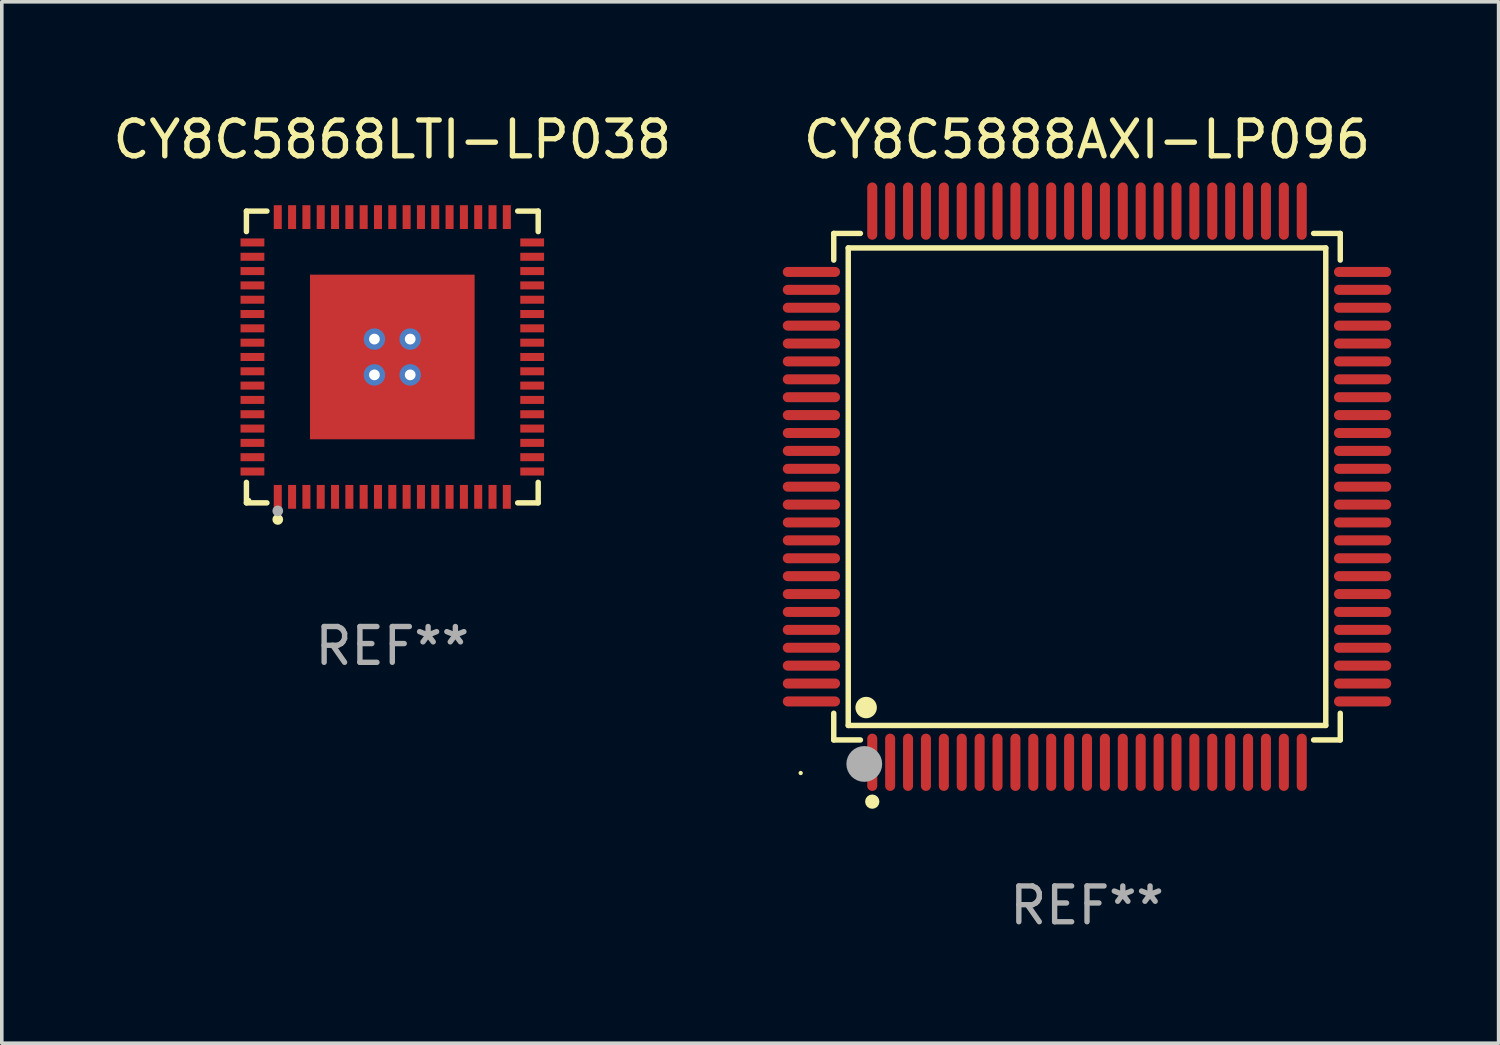
<source format=kicad_pcb>
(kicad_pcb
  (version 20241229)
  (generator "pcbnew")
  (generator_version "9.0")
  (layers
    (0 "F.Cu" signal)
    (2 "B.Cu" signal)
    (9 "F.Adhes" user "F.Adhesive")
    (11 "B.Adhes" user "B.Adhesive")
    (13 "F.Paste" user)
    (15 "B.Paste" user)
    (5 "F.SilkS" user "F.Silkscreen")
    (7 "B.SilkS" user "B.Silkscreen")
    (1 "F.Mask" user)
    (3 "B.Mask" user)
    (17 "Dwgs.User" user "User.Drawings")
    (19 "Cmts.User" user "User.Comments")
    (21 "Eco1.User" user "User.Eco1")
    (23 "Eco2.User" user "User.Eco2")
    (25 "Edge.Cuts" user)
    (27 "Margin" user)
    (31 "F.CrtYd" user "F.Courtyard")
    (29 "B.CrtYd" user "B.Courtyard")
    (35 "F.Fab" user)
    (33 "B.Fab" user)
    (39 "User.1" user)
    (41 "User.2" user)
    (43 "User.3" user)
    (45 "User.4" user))
  (footprint "CY8C5888AXI-LP096"
    (layer "F.Cu")
    (at 27.321 10.548)
    (property "Reference" "CY8C5888AXI-LP096" (at 0 -9.7 0) (layer "F.SilkS") (effects (font (size 1 1) (thickness 0.15))))
    (attr through_hole)
    (fp_line (start -7.076 -7.076) (end -6.331 -7.076) (stroke (width 0.152) (type solid)) (layer "F.SilkS"))
    (fp_line (start -7.076 -6.331) (end -7.076 -7.076) (stroke (width 0.152) (type solid)) (layer "F.SilkS"))
    (fp_line (start -7.076 6.331) (end -7.076 7.076) (stroke (width 0.152) (type solid)) (layer "F.SilkS"))
    (fp_line (start -7.076 7.076) (end -6.331 7.076) (stroke (width 0.152) (type solid)) (layer "F.SilkS"))
    (fp_line (start -6.671 -6.671) (end 6.671 -6.671) (stroke (width 0.152) (type solid)) (layer "F.SilkS"))
    (fp_line (start -6.671 6.671) (end -6.671 -6.671) (stroke (width 0.152) (type solid)) (layer "F.SilkS"))
    (fp_line (start 6.671 -6.671) (end 6.671 6.671) (stroke (width 0.152) (type solid)) (layer "F.SilkS"))
    (fp_line (start 6.671 6.671) (end -6.671 6.671) (stroke (width 0.152) (type solid)) (layer "F.SilkS"))
    (fp_line (start 7.076 -7.076) (end 6.331 -7.076) (stroke (width 0.152) (type solid)) (layer "F.SilkS"))
    (fp_line (start 7.076 -6.331) (end 7.076 -7.076) (stroke (width 0.152) (type solid)) (layer "F.SilkS"))
    (fp_line (start 7.076 6.331) (end 7.076 7.076) (stroke (width 0.152) (type solid)) (layer "F.SilkS"))
    (fp_line (start 7.076 7.076) (end 6.331 7.076) (stroke (width 0.152) (type solid)) (layer "F.SilkS"))
    (fp_circle (center -8 8) (end -7.97 8) (stroke (width 0.06) (type solid)) (fill no) (layer "F.SilkS"))
    (fp_circle (center -6.171 6.171) (end -6.021 6.171) (stroke (width 0.3) (type solid)) (fill no) (layer "F.SilkS"))
    (fp_circle (center -6 8.8) (end -5.9 8.8) (stroke (width 0.2) (type solid)) (fill no) (layer "F.SilkS"))
    (fp_circle (center -6.223 7.747) (end -5.973 7.747) (stroke (width 0.5) (type solid)) (fill no) (layer "F.Fab"))
    (fp_text user "REF**" (at 0 11.7 0) (layer "F.Fab") (effects (font (size 1 1) (thickness 0.15))))
    (pad "1" smd oval (at -6 7.7) (size 0.28 1.6) (layers "F.Cu" "F.Mask" "F.Paste"))
    (pad "2" smd oval (at -5.5 7.7) (size 0.28 1.6) (layers "F.Cu" "F.Mask" "F.Paste"))
    (pad "3" smd oval (at -5 7.7) (size 0.28 1.6) (layers "F.Cu" "F.Mask" "F.Paste"))
    (pad "4" smd oval (at -4.5 7.7) (size 0.28 1.6) (layers "F.Cu" "F.Mask" "F.Paste"))
    (pad "5" smd oval (at -4 7.7) (size 0.28 1.6) (layers "F.Cu" "F.Mask" "F.Paste"))
    (pad "6" smd oval (at -3.5 7.7) (size 0.28 1.6) (layers "F.Cu" "F.Mask" "F.Paste"))
    (pad "7" smd oval (at -3 7.7) (size 0.28 1.6) (layers "F.Cu" "F.Mask" "F.Paste"))
    (pad "8" smd oval (at -2.5 7.7) (size 0.28 1.6) (layers "F.Cu" "F.Mask" "F.Paste"))
    (pad "9" smd oval (at -2 7.7) (size 0.28 1.6) (layers "F.Cu" "F.Mask" "F.Paste"))
    (pad "10" smd oval (at -1.5 7.7) (size 0.28 1.6) (layers "F.Cu" "F.Mask" "F.Paste"))
    (pad "11" smd oval (at -1 7.7) (size 0.28 1.6) (layers "F.Cu" "F.Mask" "F.Paste"))
    (pad "12" smd oval (at -0.5 7.7) (size 0.28 1.6) (layers "F.Cu" "F.Mask" "F.Paste"))
    (pad "13" smd oval (at 0 7.7) (size 0.28 1.6) (layers "F.Cu" "F.Mask" "F.Paste"))
    (pad "14" smd oval (at 0.5 7.7) (size 0.28 1.6) (layers "F.Cu" "F.Mask" "F.Paste"))
    (pad "15" smd oval (at 1 7.7) (size 0.28 1.6) (layers "F.Cu" "F.Mask" "F.Paste"))
    (pad "16" smd oval (at 1.5 7.7) (size 0.28 1.6) (layers "F.Cu" "F.Mask" "F.Paste"))
    (pad "17" smd oval (at 2 7.7) (size 0.28 1.6) (layers "F.Cu" "F.Mask" "F.Paste"))
    (pad "18" smd oval (at 2.5 7.7) (size 0.28 1.6) (layers "F.Cu" "F.Mask" "F.Paste"))
    (pad "19" smd oval (at 3 7.7) (size 0.28 1.6) (layers "F.Cu" "F.Mask" "F.Paste"))
    (pad "20" smd oval (at 3.5 7.7) (size 0.28 1.6) (layers "F.Cu" "F.Mask" "F.Paste"))
    (pad "21" smd oval (at 4 7.7) (size 0.28 1.6) (layers "F.Cu" "F.Mask" "F.Paste"))
    (pad "22" smd oval (at 4.5 7.7) (size 0.28 1.6) (layers "F.Cu" "F.Mask" "F.Paste"))
    (pad "23" smd oval (at 5 7.7) (size 0.28 1.6) (layers "F.Cu" "F.Mask" "F.Paste"))
    (pad "24" smd oval (at 5.5 7.7) (size 0.28 1.6) (layers "F.Cu" "F.Mask" "F.Paste"))
    (pad "25" smd oval (at 6 7.7) (size 0.28 1.6) (layers "F.Cu" "F.Mask" "F.Paste"))
    (pad "26" smd oval (at 7.7 6) (size 1.6 0.28) (layers "F.Cu" "F.Mask" "F.Paste"))
    (pad "27" smd oval (at 7.7 5.5) (size 1.6 0.28) (layers "F.Cu" "F.Mask" "F.Paste"))
    (pad "28" smd oval (at 7.7 5) (size 1.6 0.28) (layers "F.Cu" "F.Mask" "F.Paste"))
    (pad "29" smd oval (at 7.7 4.5) (size 1.6 0.28) (layers "F.Cu" "F.Mask" "F.Paste"))
    (pad "30" smd oval (at 7.7 4) (size 1.6 0.28) (layers "F.Cu" "F.Mask" "F.Paste"))
    (pad "31" smd oval (at 7.7 3.5) (size 1.6 0.28) (layers "F.Cu" "F.Mask" "F.Paste"))
    (pad "32" smd oval (at 7.7 3) (size 1.6 0.28) (layers "F.Cu" "F.Mask" "F.Paste"))
    (pad "33" smd oval (at 7.7 2.5) (size 1.6 0.28) (layers "F.Cu" "F.Mask" "F.Paste"))
    (pad "34" smd oval (at 7.7 2) (size 1.6 0.28) (layers "F.Cu" "F.Mask" "F.Paste"))
    (pad "35" smd oval (at 7.7 1.5) (size 1.6 0.28) (layers "F.Cu" "F.Mask" "F.Paste"))
    (pad "36" smd oval (at 7.7 1) (size 1.6 0.28) (layers "F.Cu" "F.Mask" "F.Paste"))
    (pad "37" smd oval (at 7.7 0.5) (size 1.6 0.28) (layers "F.Cu" "F.Mask" "F.Paste"))
    (pad "38" smd oval (at 7.7 0) (size 1.6 0.28) (layers "F.Cu" "F.Mask" "F.Paste"))
    (pad "39" smd oval (at 7.7 -0.5) (size 1.6 0.28) (layers "F.Cu" "F.Mask" "F.Paste"))
    (pad "40" smd oval (at 7.7 -1) (size 1.6 0.28) (layers "F.Cu" "F.Mask" "F.Paste"))
    (pad "41" smd oval (at 7.7 -1.5) (size 1.6 0.28) (layers "F.Cu" "F.Mask" "F.Paste"))
    (pad "42" smd oval (at 7.7 -2) (size 1.6 0.28) (layers "F.Cu" "F.Mask" "F.Paste"))
    (pad "43" smd oval (at 7.7 -2.5) (size 1.6 0.28) (layers "F.Cu" "F.Mask" "F.Paste"))
    (pad "44" smd oval (at 7.7 -3) (size 1.6 0.28) (layers "F.Cu" "F.Mask" "F.Paste"))
    (pad "45" smd oval (at 7.7 -3.5) (size 1.6 0.28) (layers "F.Cu" "F.Mask" "F.Paste"))
    (pad "46" smd oval (at 7.7 -4) (size 1.6 0.28) (layers "F.Cu" "F.Mask" "F.Paste"))
    (pad "47" smd oval (at 7.7 -4.5) (size 1.6 0.28) (layers "F.Cu" "F.Mask" "F.Paste"))
    (pad "48" smd oval (at 7.7 -5) (size 1.6 0.28) (layers "F.Cu" "F.Mask" "F.Paste"))
    (pad "49" smd oval (at 7.7 -5.5) (size 1.6 0.28) (layers "F.Cu" "F.Mask" "F.Paste"))
    (pad "50" smd oval (at 7.7 -6) (size 1.6 0.28) (layers "F.Cu" "F.Mask" "F.Paste"))
    (pad "51" smd oval (at 6 -7.7) (size 0.28 1.6) (layers "F.Cu" "F.Mask" "F.Paste"))
    (pad "52" smd oval (at 5.5 -7.7) (size 0.28 1.6) (layers "F.Cu" "F.Mask" "F.Paste"))
    (pad "53" smd oval (at 5 -7.7) (size 0.28 1.6) (layers "F.Cu" "F.Mask" "F.Paste"))
    (pad "54" smd oval (at 4.5 -7.7) (size 0.28 1.6) (layers "F.Cu" "F.Mask" "F.Paste"))
    (pad "55" smd oval (at 4 -7.7) (size 0.28 1.6) (layers "F.Cu" "F.Mask" "F.Paste"))
    (pad "56" smd oval (at 3.5 -7.7) (size 0.28 1.6) (layers "F.Cu" "F.Mask" "F.Paste"))
    (pad "57" smd oval (at 3 -7.7) (size 0.28 1.6) (layers "F.Cu" "F.Mask" "F.Paste"))
    (pad "58" smd oval (at 2.5 -7.7) (size 0.28 1.6) (layers "F.Cu" "F.Mask" "F.Paste"))
    (pad "59" smd oval (at 2 -7.7) (size 0.28 1.6) (layers "F.Cu" "F.Mask" "F.Paste"))
    (pad "60" smd oval (at 1.5 -7.7) (size 0.28 1.6) (layers "F.Cu" "F.Mask" "F.Paste"))
    (pad "61" smd oval (at 1 -7.7) (size 0.28 1.6) (layers "F.Cu" "F.Mask" "F.Paste"))
    (pad "62" smd oval (at 0.5 -7.7) (size 0.28 1.6) (layers "F.Cu" "F.Mask" "F.Paste"))
    (pad "63" smd oval (at 0 -7.7) (size 0.28 1.6) (layers "F.Cu" "F.Mask" "F.Paste"))
    (pad "64" smd oval (at -0.5 -7.7) (size 0.28 1.6) (layers "F.Cu" "F.Mask" "F.Paste"))
    (pad "65" smd oval (at -1 -7.7) (size 0.28 1.6) (layers "F.Cu" "F.Mask" "F.Paste"))
    (pad "66" smd oval (at -1.5 -7.7) (size 0.28 1.6) (layers "F.Cu" "F.Mask" "F.Paste"))
    (pad "67" smd oval (at -2 -7.7) (size 0.28 1.6) (layers "F.Cu" "F.Mask" "F.Paste"))
    (pad "68" smd oval (at -2.5 -7.7) (size 0.28 1.6) (layers "F.Cu" "F.Mask" "F.Paste"))
    (pad "69" smd oval (at -3 -7.7) (size 0.28 1.6) (layers "F.Cu" "F.Mask" "F.Paste"))
    (pad "70" smd oval (at -3.5 -7.7) (size 0.28 1.6) (layers "F.Cu" "F.Mask" "F.Paste"))
    (pad "71" smd oval (at -4 -7.7) (size 0.28 1.6) (layers "F.Cu" "F.Mask" "F.Paste"))
    (pad "72" smd oval (at -4.5 -7.7) (size 0.28 1.6) (layers "F.Cu" "F.Mask" "F.Paste"))
    (pad "73" smd oval (at -5 -7.7) (size 0.28 1.6) (layers "F.Cu" "F.Mask" "F.Paste"))
    (pad "74" smd oval (at -5.5 -7.7) (size 0.28 1.6) (layers "F.Cu" "F.Mask" "F.Paste"))
    (pad "75" smd oval (at -6 -7.7) (size 0.28 1.6) (layers "F.Cu" "F.Mask" "F.Paste"))
    (pad "76" smd oval (at -7.7 -6) (size 1.6 0.28) (layers "F.Cu" "F.Mask" "F.Paste"))
    (pad "77" smd oval (at -7.7 -5.5) (size 1.6 0.28) (layers "F.Cu" "F.Mask" "F.Paste"))
    (pad "78" smd oval (at -7.7 -5) (size 1.6 0.28) (layers "F.Cu" "F.Mask" "F.Paste"))
    (pad "79" smd oval (at -7.7 -4.5) (size 1.6 0.28) (layers "F.Cu" "F.Mask" "F.Paste"))
    (pad "80" smd oval (at -7.7 -4) (size 1.6 0.28) (layers "F.Cu" "F.Mask" "F.Paste"))
    (pad "81" smd oval (at -7.7 -3.5) (size 1.6 0.28) (layers "F.Cu" "F.Mask" "F.Paste"))
    (pad "82" smd oval (at -7.7 -3) (size 1.6 0.28) (layers "F.Cu" "F.Mask" "F.Paste"))
    (pad "83" smd oval (at -7.7 -2.5) (size 1.6 0.28) (layers "F.Cu" "F.Mask" "F.Paste"))
    (pad "84" smd oval (at -7.7 -2) (size 1.6 0.28) (layers "F.Cu" "F.Mask" "F.Paste"))
    (pad "85" smd oval (at -7.7 -1.5) (size 1.6 0.28) (layers "F.Cu" "F.Mask" "F.Paste"))
    (pad "86" smd oval (at -7.7 -1) (size 1.6 0.28) (layers "F.Cu" "F.Mask" "F.Paste"))
    (pad "87" smd oval (at -7.7 -0.5) (size 1.6 0.28) (layers "F.Cu" "F.Mask" "F.Paste"))
    (pad "88" smd oval (at -7.7 0) (size 1.6 0.28) (layers "F.Cu" "F.Mask" "F.Paste"))
    (pad "89" smd oval (at -7.7 0.5) (size 1.6 0.28) (layers "F.Cu" "F.Mask" "F.Paste"))
    (pad "90" smd oval (at -7.7 1) (size 1.6 0.28) (layers "F.Cu" "F.Mask" "F.Paste"))
    (pad "91" smd oval (at -7.7 1.5) (size 1.6 0.28) (layers "F.Cu" "F.Mask" "F.Paste"))
    (pad "92" smd oval (at -7.7 2) (size 1.6 0.28) (layers "F.Cu" "F.Mask" "F.Paste"))
    (pad "93" smd oval (at -7.7 2.5) (size 1.6 0.28) (layers "F.Cu" "F.Mask" "F.Paste"))
    (pad "94" smd oval (at -7.7 3) (size 1.6 0.28) (layers "F.Cu" "F.Mask" "F.Paste"))
    (pad "95" smd oval (at -7.7 3.5) (size 1.6 0.28) (layers "F.Cu" "F.Mask" "F.Paste"))
    (pad "96" smd oval (at -7.7 4) (size 1.6 0.28) (layers "F.Cu" "F.Mask" "F.Paste"))
    (pad "97" smd oval (at -7.7 4.5) (size 1.6 0.28) (layers "F.Cu" "F.Mask" "F.Paste"))
    (pad "98" smd oval (at -7.7 5) (size 1.6 0.28) (layers "F.Cu" "F.Mask" "F.Paste"))
    (pad "99" smd oval (at -7.7 5.5) (size 1.6 0.28) (layers "F.Cu" "F.Mask" "F.Paste"))
    (pad "100" smd oval (at -7.7 6) (size 1.6 0.28) (layers "F.Cu" "F.Mask" "F.Paste")))
  (footprint "CY8C5868LTI-LP038"
    (layer "F.Cu")
    (at 7.911 6.924)
    (property "Reference" "CY8C5868LTI-LP038" (at 0 -6.076 0) (layer "F.SilkS") (effects (font (size 1 1) (thickness 0.15))))
    (attr through_hole)
    (fp_line (start -4.076 -4.076) (end -3.503 -4.076) (stroke (width 0.152) (type solid)) (layer "F.SilkS"))
    (fp_line (start -4.076 -3.503) (end -4.076 -4.076) (stroke (width 0.152) (type solid)) (layer "F.SilkS"))
    (fp_line (start -4.076 3.503) (end -4.076 4.076) (stroke (width 0.152) (type solid)) (layer "F.SilkS"))
    (fp_line (start -4.076 4.076) (end -3.503 4.076) (stroke (width 0.152) (type solid)) (layer "F.SilkS"))
    (fp_line (start 4.076 -4.076) (end 3.503 -4.076) (stroke (width 0.152) (type solid)) (layer "F.SilkS"))
    (fp_line (start 4.076 -3.503) (end 4.076 -4.076) (stroke (width 0.152) (type solid)) (layer "F.SilkS"))
    (fp_line (start 4.076 3.503) (end 4.076 4.076) (stroke (width 0.152) (type solid)) (layer "F.SilkS"))
    (fp_line (start 4.076 4.076) (end 3.503 4.076) (stroke (width 0.152) (type solid)) (layer "F.SilkS"))
    (fp_circle (center -4 4) (end -3.97 4) (stroke (width 0.06) (type solid)) (fill no) (layer "F.SilkS"))
    (fp_circle (center -3.2 4.54) (end -3.125 4.54) (stroke (width 0.15) (type solid)) (fill no) (layer "F.SilkS"))
    (fp_circle (center -3.2 4.3) (end -3.125 4.3) (stroke (width 0.15) (type solid)) (fill no) (layer "F.Fab"))
    (fp_text user "REF**" (at 0 8.076 0) (layer "F.Fab") (effects (font (size 1 1) (thickness 0.15))))
    (pad "1" smd rect (at -3.2 3.908) (size 0.224 0.665) (layers "F.Cu" "F.Mask" "F.Paste"))
    (pad "2" smd rect (at -2.8 3.908) (size 0.224 0.665) (layers "F.Cu" "F.Mask" "F.Paste"))
    (pad "3" smd rect (at -2.4 3.908) (size 0.224 0.665) (layers "F.Cu" "F.Mask" "F.Paste"))
    (pad "4" smd rect (at -2 3.908) (size 0.224 0.665) (layers "F.Cu" "F.Mask" "F.Paste"))
    (pad "5" smd rect (at -1.6 3.908) (size 0.224 0.665) (layers "F.Cu" "F.Mask" "F.Paste"))
    (pad "6" smd rect (at -1.2 3.908) (size 0.224 0.665) (layers "F.Cu" "F.Mask" "F.Paste"))
    (pad "7" smd rect (at -0.8 3.908) (size 0.224 0.665) (layers "F.Cu" "F.Mask" "F.Paste"))
    (pad "8" smd rect (at -0.4 3.908) (size 0.224 0.665) (layers "F.Cu" "F.Mask" "F.Paste"))
    (pad "9" smd rect (at 0 3.908) (size 0.224 0.665) (layers "F.Cu" "F.Mask" "F.Paste"))
    (pad "10" smd rect (at 0.4 3.908) (size 0.224 0.665) (layers "F.Cu" "F.Mask" "F.Paste"))
    (pad "11" smd rect (at 0.8 3.908) (size 0.224 0.665) (layers "F.Cu" "F.Mask" "F.Paste"))
    (pad "12" smd rect (at 1.2 3.908) (size 0.224 0.665) (layers "F.Cu" "F.Mask" "F.Paste"))
    (pad "13" smd rect (at 1.6 3.908) (size 0.224 0.665) (layers "F.Cu" "F.Mask" "F.Paste"))
    (pad "14" smd rect (at 2 3.908) (size 0.224 0.665) (layers "F.Cu" "F.Mask" "F.Paste"))
    (pad "15" smd rect (at 2.4 3.908) (size 0.224 0.665) (layers "F.Cu" "F.Mask" "F.Paste"))
    (pad "16" smd rect (at 2.8 3.908) (size 0.224 0.665) (layers "F.Cu" "F.Mask" "F.Paste"))
    (pad "17" smd rect (at 3.2 3.908) (size 0.224 0.665) (layers "F.Cu" "F.Mask" "F.Paste"))
    (pad "18" smd rect (at 3.908 3.2) (size 0.665 0.224) (layers "F.Cu" "F.Mask" "F.Paste"))
    (pad "19" smd rect (at 3.908 2.8) (size 0.665 0.224) (layers "F.Cu" "F.Mask" "F.Paste"))
    (pad "20" smd rect (at 3.908 2.4) (size 0.665 0.224) (layers "F.Cu" "F.Mask" "F.Paste"))
    (pad "21" smd rect (at 3.908 2) (size 0.665 0.224) (layers "F.Cu" "F.Mask" "F.Paste"))
    (pad "22" smd rect (at 3.908 1.6) (size 0.665 0.224) (layers "F.Cu" "F.Mask" "F.Paste"))
    (pad "23" smd rect (at 3.908 1.2) (size 0.665 0.224) (layers "F.Cu" "F.Mask" "F.Paste"))
    (pad "24" smd rect (at 3.908 0.8) (size 0.665 0.224) (layers "F.Cu" "F.Mask" "F.Paste"))
    (pad "25" smd rect (at 3.908 0.4) (size 0.665 0.224) (layers "F.Cu" "F.Mask" "F.Paste"))
    (pad "26" smd rect (at 3.908 0) (size 0.665 0.224) (layers "F.Cu" "F.Mask" "F.Paste"))
    (pad "27" smd rect (at 3.908 -0.4) (size 0.665 0.224) (layers "F.Cu" "F.Mask" "F.Paste"))
    (pad "28" smd rect (at 3.908 -0.8) (size 0.665 0.224) (layers "F.Cu" "F.Mask" "F.Paste"))
    (pad "29" smd rect (at 3.908 -1.2) (size 0.665 0.224) (layers "F.Cu" "F.Mask" "F.Paste"))
    (pad "30" smd rect (at 3.908 -1.6) (size 0.665 0.224) (layers "F.Cu" "F.Mask" "F.Paste"))
    (pad "31" smd rect (at 3.908 -2) (size 0.665 0.224) (layers "F.Cu" "F.Mask" "F.Paste"))
    (pad "32" smd rect (at 3.908 -2.4) (size 0.665 0.224) (layers "F.Cu" "F.Mask" "F.Paste"))
    (pad "33" smd rect (at 3.908 -2.8) (size 0.665 0.224) (layers "F.Cu" "F.Mask" "F.Paste"))
    (pad "34" smd rect (at 3.908 -3.2) (size 0.665 0.224) (layers "F.Cu" "F.Mask" "F.Paste"))
    (pad "35" smd rect (at 3.2 -3.908) (size 0.224 0.665) (layers "F.Cu" "F.Mask" "F.Paste"))
    (pad "36" smd rect (at 2.8 -3.908) (size 0.224 0.665) (layers "F.Cu" "F.Mask" "F.Paste"))
    (pad "37" smd rect (at 2.4 -3.908) (size 0.224 0.665) (layers "F.Cu" "F.Mask" "F.Paste"))
    (pad "38" smd rect (at 2 -3.908) (size 0.224 0.665) (layers "F.Cu" "F.Mask" "F.Paste"))
    (pad "39" smd rect (at 1.6 -3.908) (size 0.224 0.665) (layers "F.Cu" "F.Mask" "F.Paste"))
    (pad "40" smd rect (at 1.2 -3.908) (size 0.224 0.665) (layers "F.Cu" "F.Mask" "F.Paste"))
    (pad "41" smd rect (at 0.8 -3.908) (size 0.224 0.665) (layers "F.Cu" "F.Mask" "F.Paste"))
    (pad "42" smd rect (at 0.4 -3.908) (size 0.224 0.665) (layers "F.Cu" "F.Mask" "F.Paste"))
    (pad "43" smd rect (at 0 -3.908) (size 0.224 0.665) (layers "F.Cu" "F.Mask" "F.Paste"))
    (pad "44" smd rect (at -0.4 -3.908) (size 0.224 0.665) (layers "F.Cu" "F.Mask" "F.Paste"))
    (pad "45" smd rect (at -0.8 -3.908) (size 0.224 0.665) (layers "F.Cu" "F.Mask" "F.Paste"))
    (pad "46" smd rect (at -1.2 -3.908) (size 0.224 0.665) (layers "F.Cu" "F.Mask" "F.Paste"))
    (pad "47" smd rect (at -1.6 -3.908) (size 0.224 0.665) (layers "F.Cu" "F.Mask" "F.Paste"))
    (pad "48" smd rect (at -2 -3.908) (size 0.224 0.665) (layers "F.Cu" "F.Mask" "F.Paste"))
    (pad "49" smd rect (at -2.4 -3.908) (size 0.224 0.665) (layers "F.Cu" "F.Mask" "F.Paste"))
    (pad "50" smd rect (at -2.8 -3.908) (size 0.224 0.665) (layers "F.Cu" "F.Mask" "F.Paste"))
    (pad "51" smd rect (at -3.2 -3.908) (size 0.224 0.665) (layers "F.Cu" "F.Mask" "F.Paste"))
    (pad "52" smd rect (at -3.908 -3.2) (size 0.665 0.224) (layers "F.Cu" "F.Mask" "F.Paste"))
    (pad "53" smd rect (at -3.908 -2.8) (size 0.665 0.224) (layers "F.Cu" "F.Mask" "F.Paste"))
    (pad "54" smd rect (at -3.908 -2.4) (size 0.665 0.224) (layers "F.Cu" "F.Mask" "F.Paste"))
    (pad "55" smd rect (at -3.908 -2) (size 0.665 0.224) (layers "F.Cu" "F.Mask" "F.Paste"))
    (pad "56" smd rect (at -3.908 -1.6) (size 0.665 0.224) (layers "F.Cu" "F.Mask" "F.Paste"))
    (pad "57" smd rect (at -3.908 -1.2) (size 0.665 0.224) (layers "F.Cu" "F.Mask" "F.Paste"))
    (pad "58" smd rect (at -3.908 -0.8) (size 0.665 0.224) (layers "F.Cu" "F.Mask" "F.Paste"))
    (pad "59" smd rect (at -3.908 -0.4) (size 0.665 0.224) (layers "F.Cu" "F.Mask" "F.Paste"))
    (pad "60" smd rect (at -3.908 0) (size 0.665 0.224) (layers "F.Cu" "F.Mask" "F.Paste"))
    (pad "61" smd rect (at -3.908 0.4) (size 0.665 0.224) (layers "F.Cu" "F.Mask" "F.Paste"))
    (pad "62" smd rect (at -3.908 0.8) (size 0.665 0.224) (layers "F.Cu" "F.Mask" "F.Paste"))
    (pad "63" smd rect (at -3.908 1.2) (size 0.665 0.224) (layers "F.Cu" "F.Mask" "F.Paste"))
    (pad "64" smd rect (at -3.908 1.6) (size 0.665 0.224) (layers "F.Cu" "F.Mask" "F.Paste"))
    (pad "65" smd rect (at -3.908 2) (size 0.665 0.224) (layers "F.Cu" "F.Mask" "F.Paste"))
    (pad "66" smd rect (at -3.908 2.4) (size 0.665 0.224) (layers "F.Cu" "F.Mask" "F.Paste"))
    (pad "67" smd rect (at -3.908 2.8) (size 0.665 0.224) (layers "F.Cu" "F.Mask" "F.Paste"))
    (pad "68" smd rect (at -3.908 3.2) (size 0.665 0.224) (layers "F.Cu" "F.Mask" "F.Paste"))
    (pad "69" thru_hole circle (at -0.5 -0.5) (size 0.6 0.6) (drill 0.3) (layers "*.Cu" "*.Mask"))
    (pad "69" thru_hole circle (at -0.5 0.5) (size 0.6 0.6) (drill 0.3) (layers "*.Cu" "*.Mask"))
    (pad "69" smd rect (at 0 0) (size 4.6 4.6) (layers "F.Cu" "F.Mask" "F.Paste"))
    (pad "69" thru_hole circle (at 0.5 -0.5) (size 0.6 0.6) (drill 0.3) (layers "*.Cu" "*.Mask"))
    (pad "69" thru_hole circle (at 0.5 0.5) (size 0.6 0.6) (drill 0.3) (layers "*.Cu" "*.Mask")))
  (gr_rect
    (start -3 -3)
    (end 38.821 26.097)
    (stroke (width 0.1) (type default))
    (fill no)
    (layer "Edge.Cuts")))
</source>
